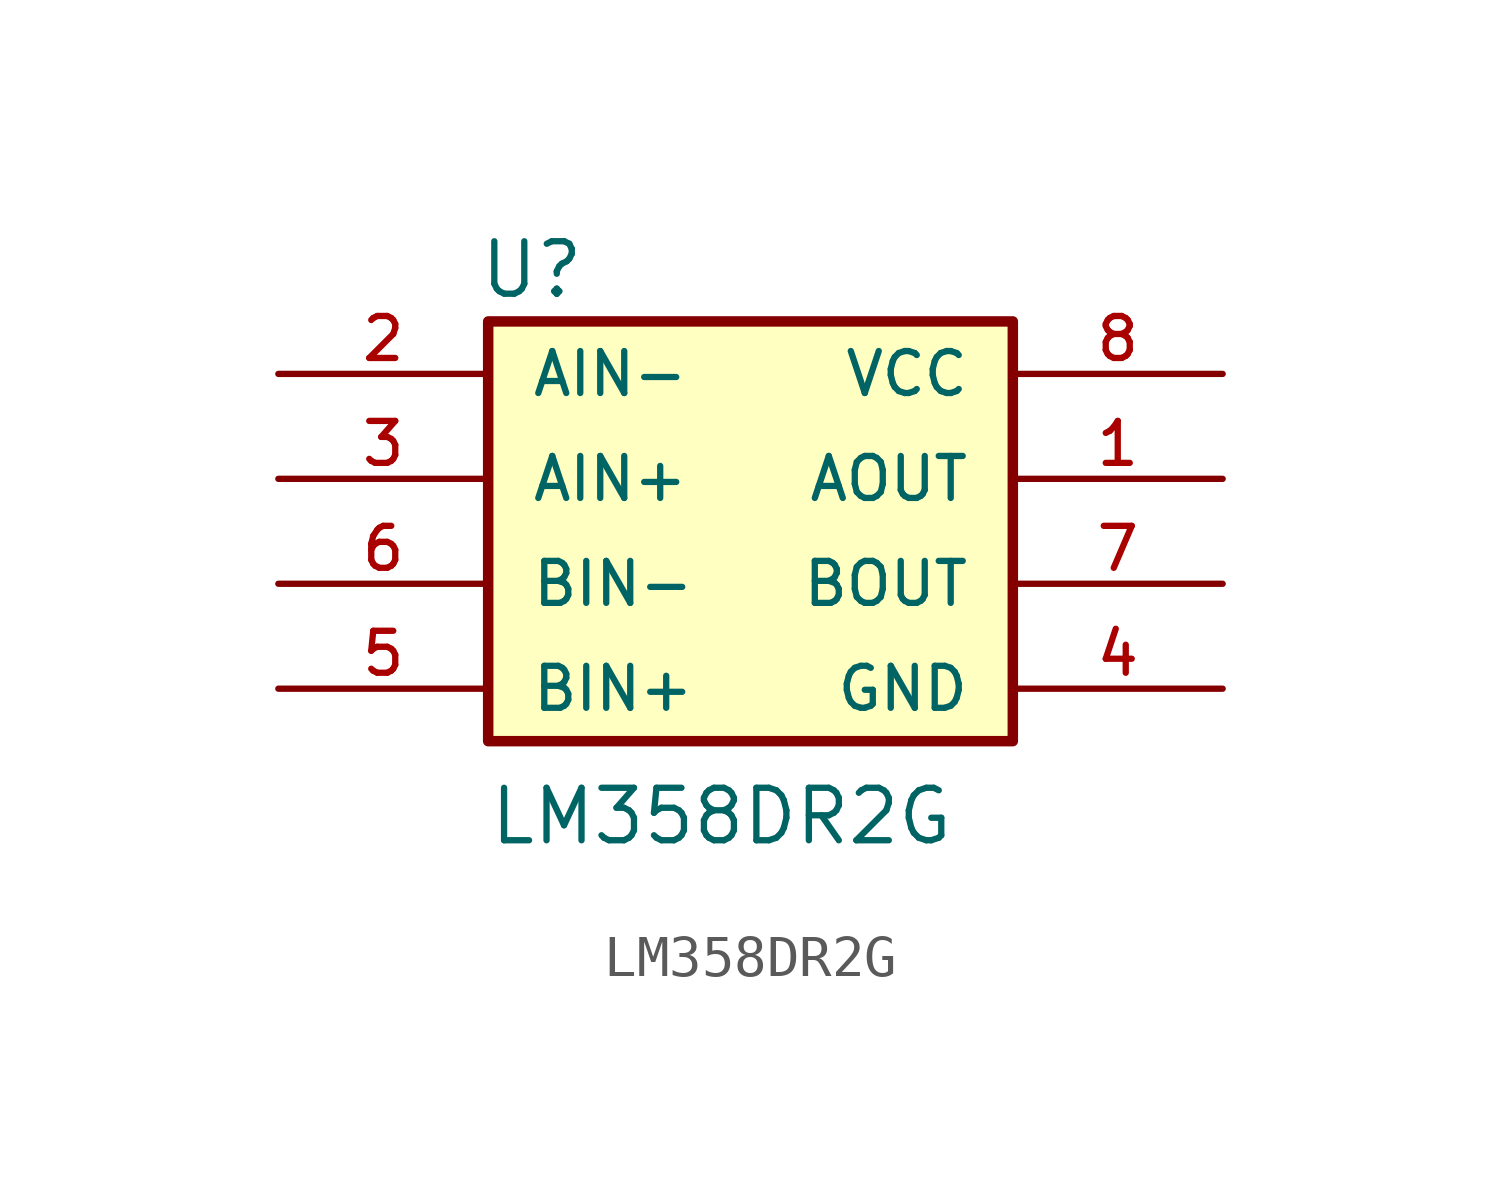
<source format=kicad_sym>
(kicad_symbol_lib
  (version 20231120)
  (generator "kicad_symbol_editor")
  (generator_version "8.0")
  (symbol "LM358DR2G"
    (pin_names
      (offset 1.016))
    (property "Reference" "U"
      (at -10.414 0.508 0)
      (effects (font (size 1.27 1.27)) (justify left bottom)))
    (property "Value" "LM358DR2G"
      (at -10.178 -12.722 0)
      (effects (font (size 1.27 1.27)) (justify left bottom)))
    (symbol "LM358DR2G_0_0"
      (pin output line (at 7.62 -3.81 180) (length 5.08) (name "AOUT" (effects (font (size 1.016 1.016)))) (number "1" (effects (font (size 1.016 1.016)))))
      (pin input line (at -15.24 -1.27 0) (length 5.08) (name "AIN-" (effects (font (size 1.016 1.016)))) (number "2" (effects (font (size 1.016 1.016)))))
      (pin input line (at -15.24 -3.81 0) (length 5.08) (name "AIN+" (effects (font (size 1.016 1.016)))) (number "3" (effects (font (size 1.016 1.016)))))
      (pin passive line (at 7.62 -8.89 180) (length 5.08) (name "GND" (effects (font (size 1.016 1.016)))) (number "4" (effects (font (size 1.016 1.016)))))
      (pin input line (at -15.24 -8.89 0) (length 5.08) (name "BIN+" (effects (font (size 1.016 1.016)))) (number "5" (effects (font (size 1.016 1.016)))))
      (pin input line (at -15.24 -6.35 0) (length 5.08) (name "BIN-" (effects (font (size 1.016 1.016)))) (number "6" (effects (font (size 1.016 1.016)))))
      (pin output line (at 7.62 -6.35 180) (length 5.08) (name "BOUT" (effects (font (size 1.016 1.016)))) (number "7" (effects (font (size 1.016 1.016)))))
      (pin power_in line (at 7.62 -1.27 180) (length 5.08) (name "VCC" (effects (font (size 1.016 1.016)))) (number "8" (effects (font (size 1.016 1.016))))))
    (symbol "LM358DR2G_1_0"
      (rectangle (start -10.16 0) (end 2.54 -10.16) (stroke (width 0.254) (type default)) (fill (type background))))))
</source>
